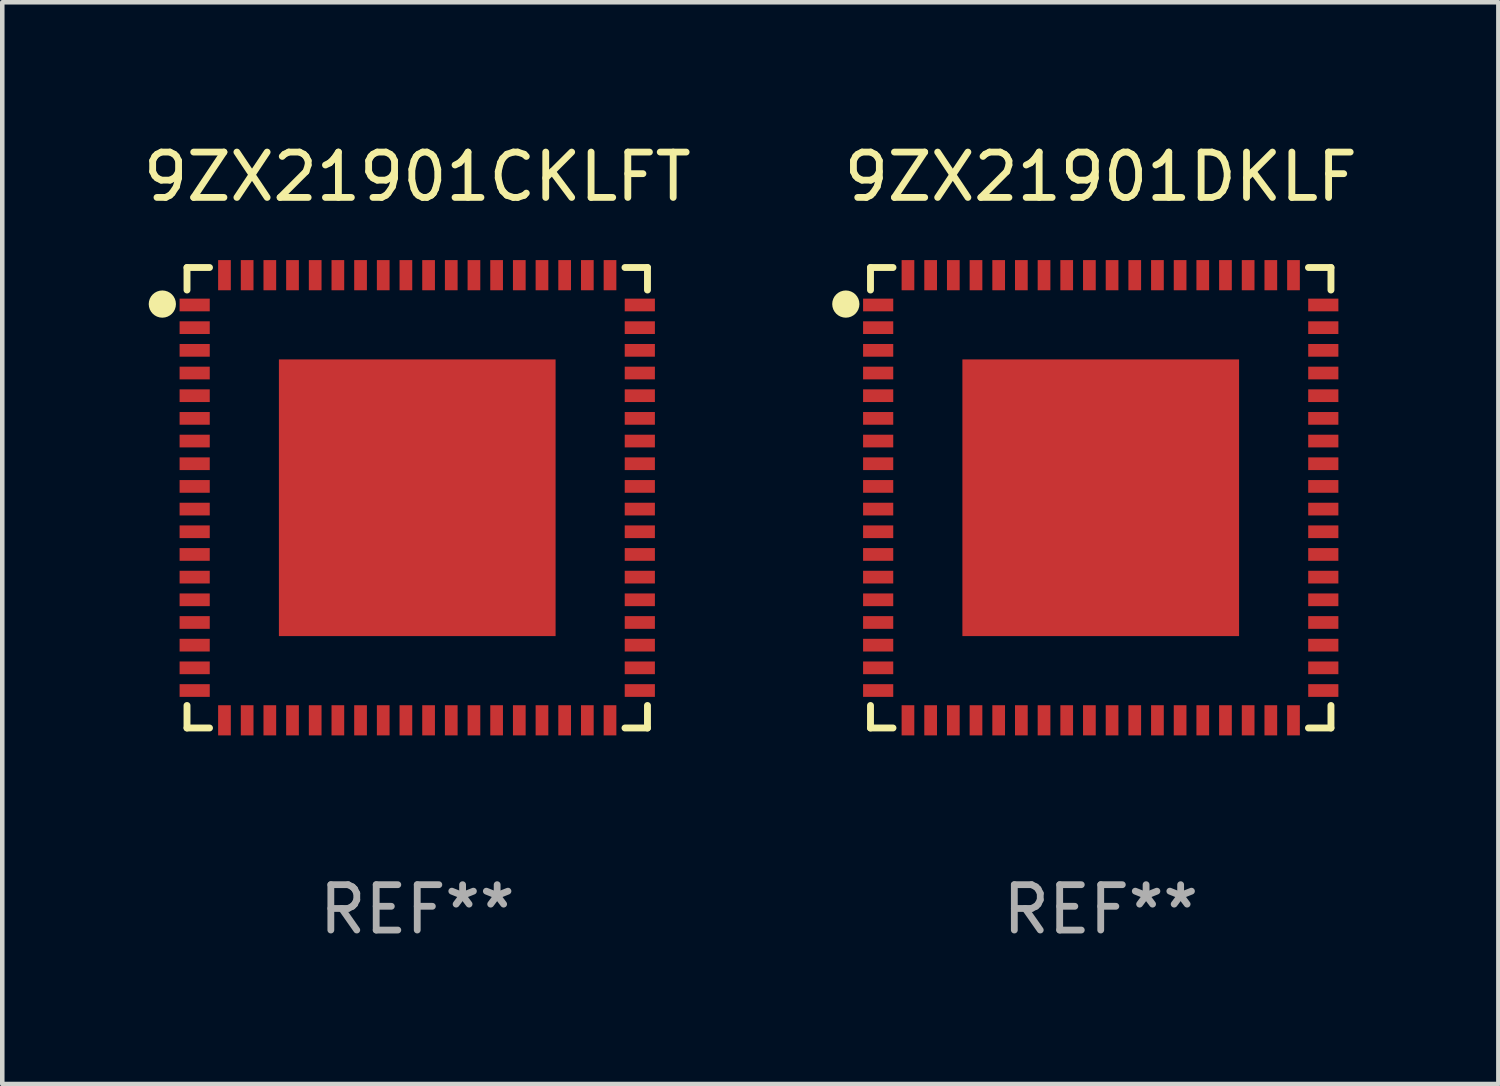
<source format=kicad_pcb>
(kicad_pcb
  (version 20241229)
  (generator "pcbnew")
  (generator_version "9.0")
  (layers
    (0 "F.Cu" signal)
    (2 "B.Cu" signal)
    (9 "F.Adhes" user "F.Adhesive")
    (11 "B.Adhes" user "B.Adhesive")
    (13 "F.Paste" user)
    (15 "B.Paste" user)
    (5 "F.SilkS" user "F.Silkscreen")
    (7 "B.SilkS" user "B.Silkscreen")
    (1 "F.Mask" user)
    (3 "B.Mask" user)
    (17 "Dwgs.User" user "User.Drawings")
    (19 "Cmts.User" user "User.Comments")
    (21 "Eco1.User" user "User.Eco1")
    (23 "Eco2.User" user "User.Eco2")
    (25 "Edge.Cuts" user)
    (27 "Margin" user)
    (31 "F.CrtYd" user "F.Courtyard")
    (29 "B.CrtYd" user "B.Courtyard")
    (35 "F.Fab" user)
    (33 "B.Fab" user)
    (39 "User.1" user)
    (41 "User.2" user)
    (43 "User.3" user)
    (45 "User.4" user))
  (footprint "9ZX21901CKLFT"
    (layer "F.Cu")
    (at 6.149 7.924)
    (property "Reference" "9ZX21901CKLFT" (at 0 -7.076 0) (layer "F.SilkS") (effects (font (size 1 1) (thickness 0.15))))
    (attr through_hole)
    (fp_line (start -5.076 -5.076) (end -5.076 -4.58) (stroke (width 0.152) (type solid)) (layer "F.SilkS"))
    (fp_line (start -5.076 5.076) (end -5.076 4.58) (stroke (width 0.152) (type solid)) (layer "F.SilkS"))
    (fp_line (start -4.58 -5.076) (end -5.076 -5.076) (stroke (width 0.152) (type solid)) (layer "F.SilkS"))
    (fp_line (start -4.58 5.076) (end -5.076 5.076) (stroke (width 0.152) (type solid)) (layer "F.SilkS"))
    (fp_line (start 4.58 -5.076) (end 5.076 -5.076) (stroke (width 0.152) (type solid)) (layer "F.SilkS"))
    (fp_line (start 4.58 5.076) (end 5.076 5.076) (stroke (width 0.152) (type solid)) (layer "F.SilkS"))
    (fp_line (start 5.076 -5.076) (end 5.076 -4.58) (stroke (width 0.152) (type solid)) (layer "F.SilkS"))
    (fp_line (start 5.076 5.076) (end 5.076 4.58) (stroke (width 0.152) (type solid)) (layer "F.SilkS"))
    (fp_circle (center -5.62 -4.27) (end -5.47 -4.27) (stroke (width 0.3) (type solid)) (fill no) (layer "F.SilkS"))
    (fp_text user "REF**" (at 0 9.076 0) (layer "F.Fab") (effects (font (size 1 1) (thickness 0.15))))
    (pad "1" smd rect (at -4.907 -4.25 270) (size 0.28 0.665) (layers "F.Cu" "F.Mask" "F.Paste"))
    (pad "2" smd rect (at -4.907 -3.75 270) (size 0.28 0.665) (layers "F.Cu" "F.Mask" "F.Paste"))
    (pad "3" smd rect (at -4.907 -3.25 270) (size 0.28 0.665) (layers "F.Cu" "F.Mask" "F.Paste"))
    (pad "4" smd rect (at -4.907 -2.75 270) (size 0.28 0.665) (layers "F.Cu" "F.Mask" "F.Paste"))
    (pad "5" smd rect (at -4.907 -2.25 270) (size 0.28 0.665) (layers "F.Cu" "F.Mask" "F.Paste"))
    (pad "6" smd rect (at -4.907 -1.75 270) (size 0.28 0.665) (layers "F.Cu" "F.Mask" "F.Paste"))
    (pad "7" smd rect (at -4.907 -1.25 270) (size 0.28 0.665) (layers "F.Cu" "F.Mask" "F.Paste"))
    (pad "8" smd rect (at -4.907 -0.75 270) (size 0.28 0.665) (layers "F.Cu" "F.Mask" "F.Paste"))
    (pad "9" smd rect (at -4.907 -0.25 270) (size 0.28 0.665) (layers "F.Cu" "F.Mask" "F.Paste"))
    (pad "10" smd rect (at -4.907 0.25 270) (size 0.28 0.665) (layers "F.Cu" "F.Mask" "F.Paste"))
    (pad "11" smd rect (at -4.907 0.75 270) (size 0.28 0.665) (layers "F.Cu" "F.Mask" "F.Paste"))
    (pad "12" smd rect (at -4.907 1.25 270) (size 0.28 0.665) (layers "F.Cu" "F.Mask" "F.Paste"))
    (pad "13" smd rect (at -4.907 1.75 270) (size 0.28 0.665) (layers "F.Cu" "F.Mask" "F.Paste"))
    (pad "14" smd rect (at -4.907 2.25 270) (size 0.28 0.665) (layers "F.Cu" "F.Mask" "F.Paste"))
    (pad "15" smd rect (at -4.907 2.75 270) (size 0.28 0.665) (layers "F.Cu" "F.Mask" "F.Paste"))
    (pad "16" smd rect (at -4.907 3.25 270) (size 0.28 0.665) (layers "F.Cu" "F.Mask" "F.Paste"))
    (pad "17" smd rect (at -4.907 3.75 270) (size 0.28 0.665) (layers "F.Cu" "F.Mask" "F.Paste"))
    (pad "18" smd rect (at -4.907 4.25 270) (size 0.28 0.665) (layers "F.Cu" "F.Mask" "F.Paste"))
    (pad "19" smd rect (at -4.25 4.907 270) (size 0.665 0.28) (layers "F.Cu" "F.Mask" "F.Paste"))
    (pad "20" smd rect (at -3.75 4.907 270) (size 0.665 0.28) (layers "F.Cu" "F.Mask" "F.Paste"))
    (pad "21" smd rect (at -3.25 4.907 270) (size 0.665 0.28) (layers "F.Cu" "F.Mask" "F.Paste"))
    (pad "22" smd rect (at -2.75 4.907 270) (size 0.665 0.28) (layers "F.Cu" "F.Mask" "F.Paste"))
    (pad "23" smd rect (at -2.25 4.907 270) (size 0.665 0.28) (layers "F.Cu" "F.Mask" "F.Paste"))
    (pad "24" smd rect (at -1.75 4.907 270) (size 0.665 0.28) (layers "F.Cu" "F.Mask" "F.Paste"))
    (pad "25" smd rect (at -1.25 4.907 270) (size 0.665 0.28) (layers "F.Cu" "F.Mask" "F.Paste"))
    (pad "26" smd rect (at -0.75 4.907 270) (size 0.665 0.28) (layers "F.Cu" "F.Mask" "F.Paste"))
    (pad "27" smd rect (at -0.25 4.907 270) (size 0.665 0.28) (layers "F.Cu" "F.Mask" "F.Paste"))
    (pad "28" smd rect (at 0.25 4.907 270) (size 0.665 0.28) (layers "F.Cu" "F.Mask" "F.Paste"))
    (pad "29" smd rect (at 0.75 4.907 270) (size 0.665 0.28) (layers "F.Cu" "F.Mask" "F.Paste"))
    (pad "30" smd rect (at 1.25 4.907 270) (size 0.665 0.28) (layers "F.Cu" "F.Mask" "F.Paste"))
    (pad "31" smd rect (at 1.75 4.907 270) (size 0.665 0.28) (layers "F.Cu" "F.Mask" "F.Paste"))
    (pad "32" smd rect (at 2.25 4.907 270) (size 0.665 0.28) (layers "F.Cu" "F.Mask" "F.Paste"))
    (pad "33" smd rect (at 2.75 4.907 270) (size 0.665 0.28) (layers "F.Cu" "F.Mask" "F.Paste"))
    (pad "34" smd rect (at 3.25 4.907 270) (size 0.665 0.28) (layers "F.Cu" "F.Mask" "F.Paste"))
    (pad "35" smd rect (at 3.75 4.907 270) (size 0.665 0.28) (layers "F.Cu" "F.Mask" "F.Paste"))
    (pad "36" smd rect (at 4.25 4.907 270) (size 0.665 0.28) (layers "F.Cu" "F.Mask" "F.Paste"))
    (pad "37" smd rect (at 4.907 4.25 270) (size 0.28 0.665) (layers "F.Cu" "F.Mask" "F.Paste"))
    (pad "38" smd rect (at 4.907 3.75 270) (size 0.28 0.665) (layers "F.Cu" "F.Mask" "F.Paste"))
    (pad "39" smd rect (at 4.907 3.25 270) (size 0.28 0.665) (layers "F.Cu" "F.Mask" "F.Paste"))
    (pad "40" smd rect (at 4.907 2.75 270) (size 0.28 0.665) (layers "F.Cu" "F.Mask" "F.Paste"))
    (pad "41" smd rect (at 4.907 2.25 270) (size 0.28 0.665) (layers "F.Cu" "F.Mask" "F.Paste"))
    (pad "42" smd rect (at 4.907 1.75 270) (size 0.28 0.665) (layers "F.Cu" "F.Mask" "F.Paste"))
    (pad "43" smd rect (at 4.907 1.25 270) (size 0.28 0.665) (layers "F.Cu" "F.Mask" "F.Paste"))
    (pad "44" smd rect (at 4.907 0.75 270) (size 0.28 0.665) (layers "F.Cu" "F.Mask" "F.Paste"))
    (pad "45" smd rect (at 4.907 0.25 270) (size 0.28 0.665) (layers "F.Cu" "F.Mask" "F.Paste"))
    (pad "46" smd rect (at 4.907 -0.25 270) (size 0.28 0.665) (layers "F.Cu" "F.Mask" "F.Paste"))
    (pad "47" smd rect (at 4.907 -0.75 270) (size 0.28 0.665) (layers "F.Cu" "F.Mask" "F.Paste"))
    (pad "48" smd rect (at 4.907 -1.25 270) (size 0.28 0.665) (layers "F.Cu" "F.Mask" "F.Paste"))
    (pad "49" smd rect (at 4.907 -1.75 270) (size 0.28 0.665) (layers "F.Cu" "F.Mask" "F.Paste"))
    (pad "50" smd rect (at 4.907 -2.25 270) (size 0.28 0.665) (layers "F.Cu" "F.Mask" "F.Paste"))
    (pad "51" smd rect (at 4.907 -2.75 270) (size 0.28 0.665) (layers "F.Cu" "F.Mask" "F.Paste"))
    (pad "52" smd rect (at 4.907 -3.25 270) (size 0.28 0.665) (layers "F.Cu" "F.Mask" "F.Paste"))
    (pad "53" smd rect (at 4.907 -3.75 270) (size 0.28 0.665) (layers "F.Cu" "F.Mask" "F.Paste"))
    (pad "54" smd rect (at 4.907 -4.25 270) (size 0.28 0.665) (layers "F.Cu" "F.Mask" "F.Paste"))
    (pad "55" smd rect (at 4.25 -4.907 270) (size 0.665 0.28) (layers "F.Cu" "F.Mask" "F.Paste"))
    (pad "56" smd rect (at 3.75 -4.907 270) (size 0.665 0.28) (layers "F.Cu" "F.Mask" "F.Paste"))
    (pad "57" smd rect (at 3.25 -4.907 270) (size 0.665 0.28) (layers "F.Cu" "F.Mask" "F.Paste"))
    (pad "58" smd rect (at 2.75 -4.907 270) (size 0.665 0.28) (layers "F.Cu" "F.Mask" "F.Paste"))
    (pad "59" smd rect (at 2.25 -4.907 270) (size 0.665 0.28) (layers "F.Cu" "F.Mask" "F.Paste"))
    (pad "60" smd rect (at 1.75 -4.907 270) (size 0.665 0.28) (layers "F.Cu" "F.Mask" "F.Paste"))
    (pad "61" smd rect (at 1.25 -4.907 270) (size 0.665 0.28) (layers "F.Cu" "F.Mask" "F.Paste"))
    (pad "62" smd rect (at 0.75 -4.907 270) (size 0.665 0.28) (layers "F.Cu" "F.Mask" "F.Paste"))
    (pad "63" smd rect (at 0.25 -4.907 270) (size 0.665 0.28) (layers "F.Cu" "F.Mask" "F.Paste"))
    (pad "64" smd rect (at -0.25 -4.907 270) (size 0.665 0.28) (layers "F.Cu" "F.Mask" "F.Paste"))
    (pad "65" smd rect (at -0.75 -4.907 270) (size 0.665 0.28) (layers "F.Cu" "F.Mask" "F.Paste"))
    (pad "66" smd rect (at -1.25 -4.907 270) (size 0.665 0.28) (layers "F.Cu" "F.Mask" "F.Paste"))
    (pad "67" smd rect (at -1.75 -4.907 270) (size 0.665 0.28) (layers "F.Cu" "F.Mask" "F.Paste"))
    (pad "68" smd rect (at -2.25 -4.907 270) (size 0.665 0.28) (layers "F.Cu" "F.Mask" "F.Paste"))
    (pad "69" smd rect (at -2.75 -4.907 270) (size 0.665 0.28) (layers "F.Cu" "F.Mask" "F.Paste"))
    (pad "70" smd rect (at -3.25 -4.907 270) (size 0.665 0.28) (layers "F.Cu" "F.Mask" "F.Paste"))
    (pad "71" smd rect (at -3.75 -4.907 270) (size 0.665 0.28) (layers "F.Cu" "F.Mask" "F.Paste"))
    (pad "72" smd rect (at -4.25 -4.907 270) (size 0.665 0.28) (layers "F.Cu" "F.Mask" "F.Paste"))
    (pad "73" smd rect (at 0.000127 0.000127 270) (size 6.1 6.1) (layers "F.Cu" "F.Mask" "F.Paste")))
  (footprint "9ZX21901DKLF"
    (layer "F.Cu")
    (at 21.218 7.924)
    (property "Reference" "9ZX21901DKLF" (at 0 -7.076 0) (layer "F.SilkS") (effects (font (size 1 1) (thickness 0.15))))
    (attr through_hole)
    (fp_line (start -5.076 -5.076) (end -5.076 -4.58) (stroke (width 0.152) (type solid)) (layer "F.SilkS"))
    (fp_line (start -5.076 5.076) (end -5.076 4.58) (stroke (width 0.152) (type solid)) (layer "F.SilkS"))
    (fp_line (start -4.58 -5.076) (end -5.076 -5.076) (stroke (width 0.152) (type solid)) (layer "F.SilkS"))
    (fp_line (start -4.58 5.076) (end -5.076 5.076) (stroke (width 0.152) (type solid)) (layer "F.SilkS"))
    (fp_line (start 4.58 -5.076) (end 5.076 -5.076) (stroke (width 0.152) (type solid)) (layer "F.SilkS"))
    (fp_line (start 4.58 5.076) (end 5.076 5.076) (stroke (width 0.152) (type solid)) (layer "F.SilkS"))
    (fp_line (start 5.076 -5.076) (end 5.076 -4.58) (stroke (width 0.152) (type solid)) (layer "F.SilkS"))
    (fp_line (start 5.076 5.076) (end 5.076 4.58) (stroke (width 0.152) (type solid)) (layer "F.SilkS"))
    (fp_circle (center -5.62 -4.27) (end -5.47 -4.27) (stroke (width 0.3) (type solid)) (fill no) (layer "F.SilkS"))
    (fp_text user "REF**" (at 0 9.076 0) (layer "F.Fab") (effects (font (size 1 1) (thickness 0.15))))
    (pad "1" smd rect (at -4.907 -4.25 270) (size 0.28 0.665) (layers "F.Cu" "F.Mask" "F.Paste"))
    (pad "2" smd rect (at -4.907 -3.75 270) (size 0.28 0.665) (layers "F.Cu" "F.Mask" "F.Paste"))
    (pad "3" smd rect (at -4.907 -3.25 270) (size 0.28 0.665) (layers "F.Cu" "F.Mask" "F.Paste"))
    (pad "4" smd rect (at -4.907 -2.75 270) (size 0.28 0.665) (layers "F.Cu" "F.Mask" "F.Paste"))
    (pad "5" smd rect (at -4.907 -2.25 270) (size 0.28 0.665) (layers "F.Cu" "F.Mask" "F.Paste"))
    (pad "6" smd rect (at -4.907 -1.75 270) (size 0.28 0.665) (layers "F.Cu" "F.Mask" "F.Paste"))
    (pad "7" smd rect (at -4.907 -1.25 270) (size 0.28 0.665) (layers "F.Cu" "F.Mask" "F.Paste"))
    (pad "8" smd rect (at -4.907 -0.75 270) (size 0.28 0.665) (layers "F.Cu" "F.Mask" "F.Paste"))
    (pad "9" smd rect (at -4.907 -0.25 270) (size 0.28 0.665) (layers "F.Cu" "F.Mask" "F.Paste"))
    (pad "10" smd rect (at -4.907 0.25 270) (size 0.28 0.665) (layers "F.Cu" "F.Mask" "F.Paste"))
    (pad "11" smd rect (at -4.907 0.75 270) (size 0.28 0.665) (layers "F.Cu" "F.Mask" "F.Paste"))
    (pad "12" smd rect (at -4.907 1.25 270) (size 0.28 0.665) (layers "F.Cu" "F.Mask" "F.Paste"))
    (pad "13" smd rect (at -4.907 1.75 270) (size 0.28 0.665) (layers "F.Cu" "F.Mask" "F.Paste"))
    (pad "14" smd rect (at -4.907 2.25 270) (size 0.28 0.665) (layers "F.Cu" "F.Mask" "F.Paste"))
    (pad "15" smd rect (at -4.907 2.75 270) (size 0.28 0.665) (layers "F.Cu" "F.Mask" "F.Paste"))
    (pad "16" smd rect (at -4.907 3.25 270) (size 0.28 0.665) (layers "F.Cu" "F.Mask" "F.Paste"))
    (pad "17" smd rect (at -4.907 3.75 270) (size 0.28 0.665) (layers "F.Cu" "F.Mask" "F.Paste"))
    (pad "18" smd rect (at -4.907 4.25 270) (size 0.28 0.665) (layers "F.Cu" "F.Mask" "F.Paste"))
    (pad "19" smd rect (at -4.25 4.907 270) (size 0.665 0.28) (layers "F.Cu" "F.Mask" "F.Paste"))
    (pad "20" smd rect (at -3.75 4.907 270) (size 0.665 0.28) (layers "F.Cu" "F.Mask" "F.Paste"))
    (pad "21" smd rect (at -3.25 4.907 270) (size 0.665 0.28) (layers "F.Cu" "F.Mask" "F.Paste"))
    (pad "22" smd rect (at -2.75 4.907 270) (size 0.665 0.28) (layers "F.Cu" "F.Mask" "F.Paste"))
    (pad "23" smd rect (at -2.25 4.907 270) (size 0.665 0.28) (layers "F.Cu" "F.Mask" "F.Paste"))
    (pad "24" smd rect (at -1.75 4.907 270) (size 0.665 0.28) (layers "F.Cu" "F.Mask" "F.Paste"))
    (pad "25" smd rect (at -1.25 4.907 270) (size 0.665 0.28) (layers "F.Cu" "F.Mask" "F.Paste"))
    (pad "26" smd rect (at -0.75 4.907 270) (size 0.665 0.28) (layers "F.Cu" "F.Mask" "F.Paste"))
    (pad "27" smd rect (at -0.25 4.907 270) (size 0.665 0.28) (layers "F.Cu" "F.Mask" "F.Paste"))
    (pad "28" smd rect (at 0.25 4.907 270) (size 0.665 0.28) (layers "F.Cu" "F.Mask" "F.Paste"))
    (pad "29" smd rect (at 0.75 4.907 270) (size 0.665 0.28) (layers "F.Cu" "F.Mask" "F.Paste"))
    (pad "30" smd rect (at 1.25 4.907 270) (size 0.665 0.28) (layers "F.Cu" "F.Mask" "F.Paste"))
    (pad "31" smd rect (at 1.75 4.907 270) (size 0.665 0.28) (layers "F.Cu" "F.Mask" "F.Paste"))
    (pad "32" smd rect (at 2.25 4.907 270) (size 0.665 0.28) (layers "F.Cu" "F.Mask" "F.Paste"))
    (pad "33" smd rect (at 2.75 4.907 270) (size 0.665 0.28) (layers "F.Cu" "F.Mask" "F.Paste"))
    (pad "34" smd rect (at 3.25 4.907 270) (size 0.665 0.28) (layers "F.Cu" "F.Mask" "F.Paste"))
    (pad "35" smd rect (at 3.75 4.907 270) (size 0.665 0.28) (layers "F.Cu" "F.Mask" "F.Paste"))
    (pad "36" smd rect (at 4.25 4.907 270) (size 0.665 0.28) (layers "F.Cu" "F.Mask" "F.Paste"))
    (pad "37" smd rect (at 4.907 4.25 270) (size 0.28 0.665) (layers "F.Cu" "F.Mask" "F.Paste"))
    (pad "38" smd rect (at 4.907 3.75 270) (size 0.28 0.665) (layers "F.Cu" "F.Mask" "F.Paste"))
    (pad "39" smd rect (at 4.907 3.25 270) (size 0.28 0.665) (layers "F.Cu" "F.Mask" "F.Paste"))
    (pad "40" smd rect (at 4.907 2.75 270) (size 0.28 0.665) (layers "F.Cu" "F.Mask" "F.Paste"))
    (pad "41" smd rect (at 4.907 2.25 270) (size 0.28 0.665) (layers "F.Cu" "F.Mask" "F.Paste"))
    (pad "42" smd rect (at 4.907 1.75 270) (size 0.28 0.665) (layers "F.Cu" "F.Mask" "F.Paste"))
    (pad "43" smd rect (at 4.907 1.25 270) (size 0.28 0.665) (layers "F.Cu" "F.Mask" "F.Paste"))
    (pad "44" smd rect (at 4.907 0.75 270) (size 0.28 0.665) (layers "F.Cu" "F.Mask" "F.Paste"))
    (pad "45" smd rect (at 4.907 0.25 270) (size 0.28 0.665) (layers "F.Cu" "F.Mask" "F.Paste"))
    (pad "46" smd rect (at 4.907 -0.25 270) (size 0.28 0.665) (layers "F.Cu" "F.Mask" "F.Paste"))
    (pad "47" smd rect (at 4.907 -0.75 270) (size 0.28 0.665) (layers "F.Cu" "F.Mask" "F.Paste"))
    (pad "48" smd rect (at 4.907 -1.25 270) (size 0.28 0.665) (layers "F.Cu" "F.Mask" "F.Paste"))
    (pad "49" smd rect (at 4.907 -1.75 270) (size 0.28 0.665) (layers "F.Cu" "F.Mask" "F.Paste"))
    (pad "50" smd rect (at 4.907 -2.25 270) (size 0.28 0.665) (layers "F.Cu" "F.Mask" "F.Paste"))
    (pad "51" smd rect (at 4.907 -2.75 270) (size 0.28 0.665) (layers "F.Cu" "F.Mask" "F.Paste"))
    (pad "52" smd rect (at 4.907 -3.25 270) (size 0.28 0.665) (layers "F.Cu" "F.Mask" "F.Paste"))
    (pad "53" smd rect (at 4.907 -3.75 270) (size 0.28 0.665) (layers "F.Cu" "F.Mask" "F.Paste"))
    (pad "54" smd rect (at 4.907 -4.25 270) (size 0.28 0.665) (layers "F.Cu" "F.Mask" "F.Paste"))
    (pad "55" smd rect (at 4.25 -4.907 270) (size 0.665 0.28) (layers "F.Cu" "F.Mask" "F.Paste"))
    (pad "56" smd rect (at 3.75 -4.907 270) (size 0.665 0.28) (layers "F.Cu" "F.Mask" "F.Paste"))
    (pad "57" smd rect (at 3.25 -4.907 270) (size 0.665 0.28) (layers "F.Cu" "F.Mask" "F.Paste"))
    (pad "58" smd rect (at 2.75 -4.907 270) (size 0.665 0.28) (layers "F.Cu" "F.Mask" "F.Paste"))
    (pad "59" smd rect (at 2.25 -4.907 270) (size 0.665 0.28) (layers "F.Cu" "F.Mask" "F.Paste"))
    (pad "60" smd rect (at 1.75 -4.907 270) (size 0.665 0.28) (layers "F.Cu" "F.Mask" "F.Paste"))
    (pad "61" smd rect (at 1.25 -4.907 270) (size 0.665 0.28) (layers "F.Cu" "F.Mask" "F.Paste"))
    (pad "62" smd rect (at 0.75 -4.907 270) (size 0.665 0.28) (layers "F.Cu" "F.Mask" "F.Paste"))
    (pad "63" smd rect (at 0.25 -4.907 270) (size 0.665 0.28) (layers "F.Cu" "F.Mask" "F.Paste"))
    (pad "64" smd rect (at -0.25 -4.907 270) (size 0.665 0.28) (layers "F.Cu" "F.Mask" "F.Paste"))
    (pad "65" smd rect (at -0.75 -4.907 270) (size 0.665 0.28) (layers "F.Cu" "F.Mask" "F.Paste"))
    (pad "66" smd rect (at -1.25 -4.907 270) (size 0.665 0.28) (layers "F.Cu" "F.Mask" "F.Paste"))
    (pad "67" smd rect (at -1.75 -4.907 270) (size 0.665 0.28) (layers "F.Cu" "F.Mask" "F.Paste"))
    (pad "68" smd rect (at -2.25 -4.907 270) (size 0.665 0.28) (layers "F.Cu" "F.Mask" "F.Paste"))
    (pad "69" smd rect (at -2.75 -4.907 270) (size 0.665 0.28) (layers "F.Cu" "F.Mask" "F.Paste"))
    (pad "70" smd rect (at -3.25 -4.907 270) (size 0.665 0.28) (layers "F.Cu" "F.Mask" "F.Paste"))
    (pad "71" smd rect (at -3.75 -4.907 270) (size 0.665 0.28) (layers "F.Cu" "F.Mask" "F.Paste"))
    (pad "72" smd rect (at -4.25 -4.907 270) (size 0.665 0.28) (layers "F.Cu" "F.Mask" "F.Paste"))
    (pad "73" smd rect (at 0.000127 0.000127 270) (size 6.1 6.1) (layers "F.Cu" "F.Mask" "F.Paste")))
  (gr_rect
    (start -3 -3)
    (end 29.985 20.849)
    (stroke (width 0.1) (type default))
    (fill no)
    (layer "Edge.Cuts")))
</source>
